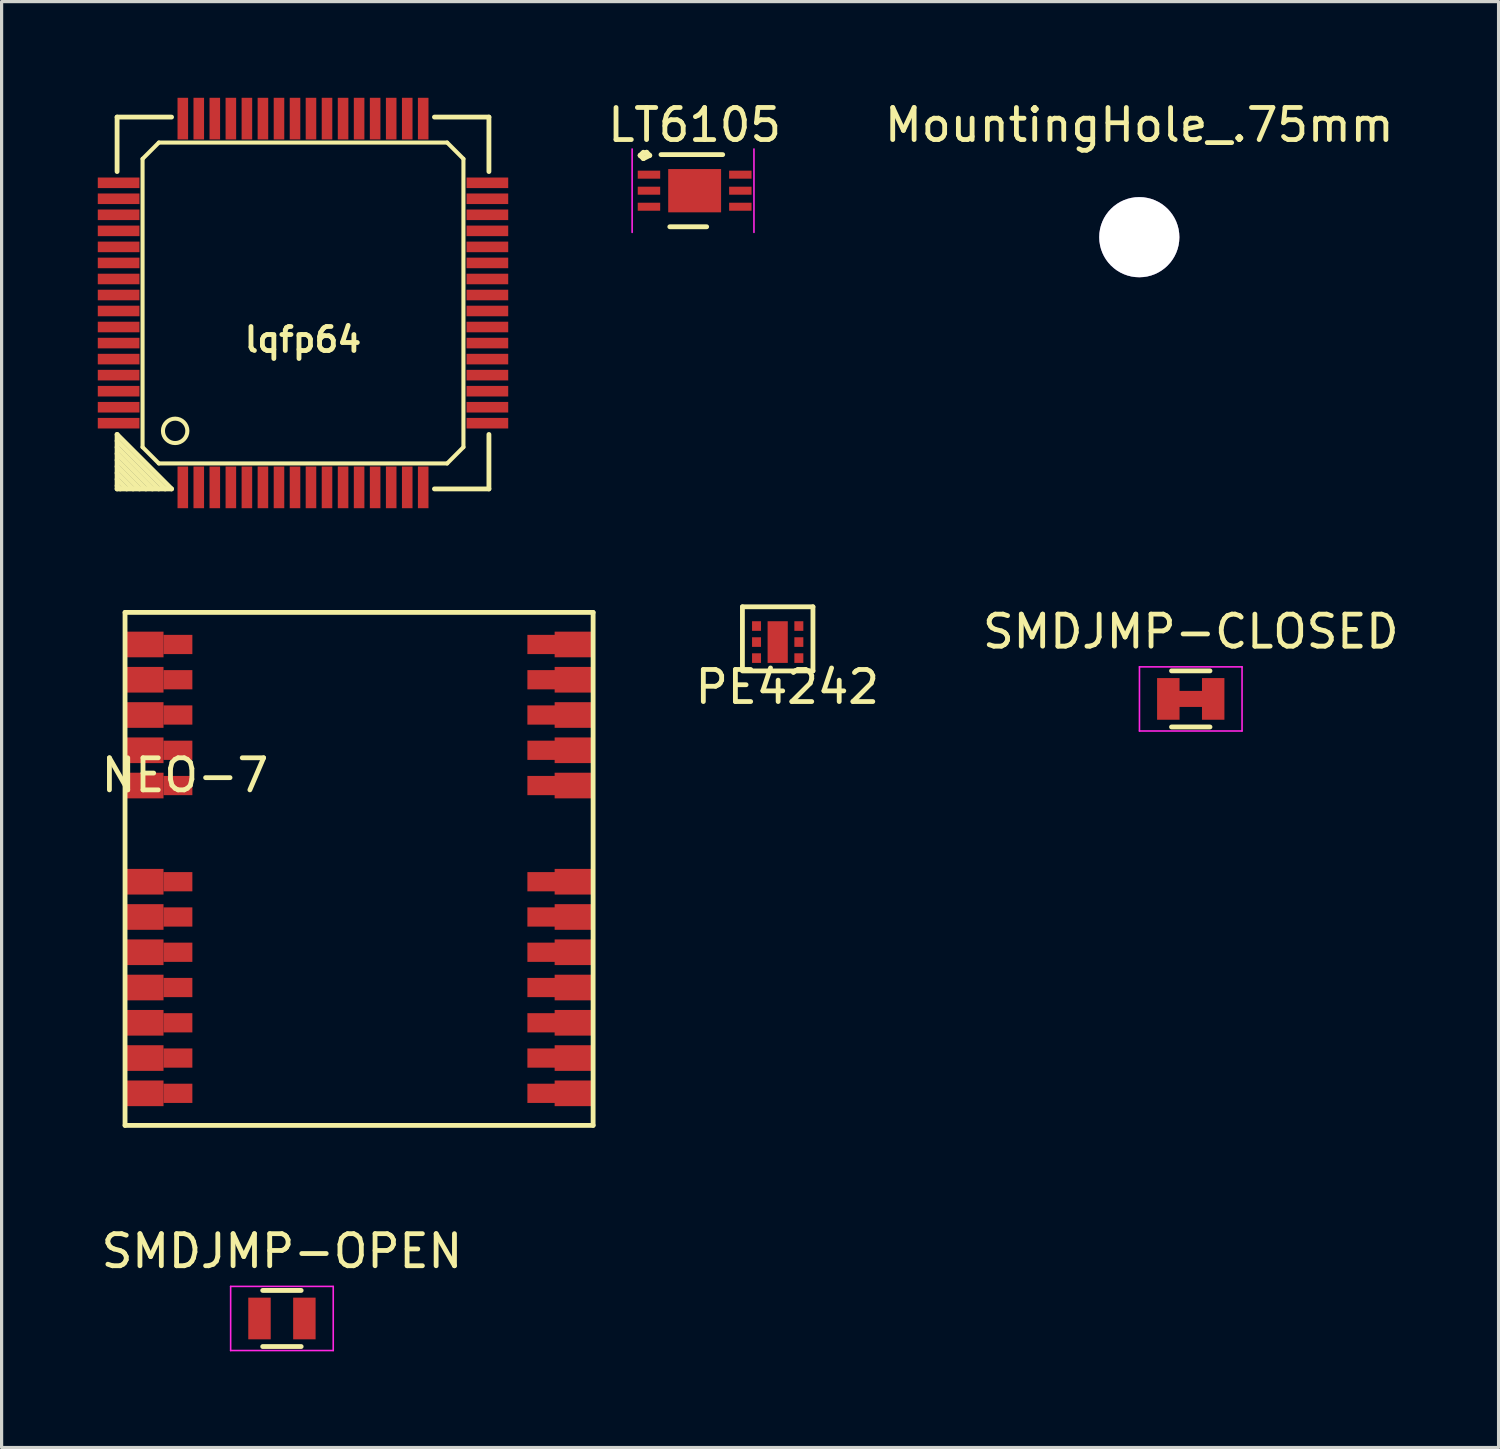
<source format=kicad_pcb>
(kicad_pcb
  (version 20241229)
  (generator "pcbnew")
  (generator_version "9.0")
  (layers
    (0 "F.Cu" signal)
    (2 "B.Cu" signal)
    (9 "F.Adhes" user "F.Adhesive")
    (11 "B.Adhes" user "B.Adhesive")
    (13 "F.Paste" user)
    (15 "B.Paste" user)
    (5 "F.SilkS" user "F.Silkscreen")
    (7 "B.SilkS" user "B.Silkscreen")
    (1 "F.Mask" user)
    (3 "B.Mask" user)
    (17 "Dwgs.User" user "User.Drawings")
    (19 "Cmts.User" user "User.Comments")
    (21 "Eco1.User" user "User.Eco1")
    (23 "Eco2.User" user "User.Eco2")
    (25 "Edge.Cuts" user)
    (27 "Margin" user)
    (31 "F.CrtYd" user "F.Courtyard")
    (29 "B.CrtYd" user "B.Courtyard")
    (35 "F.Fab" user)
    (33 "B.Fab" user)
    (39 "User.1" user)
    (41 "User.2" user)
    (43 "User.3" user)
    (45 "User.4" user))
  (footprint "PE4242"
    (layer "F.Cu")
    (at 21.207 16.977)
    (property "Reference" "PE4242" (at 0.3 1.4 0) (layer "F.SilkS") (effects (font (size 1 1) (thickness 0.15))))
    (attr through_hole)
    (fp_line (start -1.1 -1.1) (end 1.1 -1.1) (stroke (width 0.15) (type solid)) (layer "F.SilkS"))
    (fp_line (start -1.1 0.8) (end -1.1 -1.1) (stroke (width 0.15) (type solid)) (layer "F.SilkS"))
    (fp_line (start 1.1 -1.1) (end 1.1 0.9) (stroke (width 0.15) (type solid)) (layer "F.SilkS"))
    (fp_line (start 1.1 0.9) (end -1.1 0.9) (stroke (width 0.15) (type solid)) (layer "F.SilkS"))
    (pad "1" smd rect (at -0.66 -0.5) (size 0.28 0.3) (layers "F.Cu" "F.Mask" "F.Paste"))
    (pad "2" smd rect (at -0.66 0) (size 0.28 0.3) (layers "F.Cu" "F.Mask" "F.Paste"))
    (pad "3" smd rect (at -0.66 0.5) (size 0.28 0.3) (layers "F.Cu" "F.Mask" "F.Paste"))
    (pad "4" smd rect (at 0.66 0.5) (size 0.28 0.3) (layers "F.Cu" "F.Mask" "F.Paste"))
    (pad "5" smd rect (at 0.66 0) (size 0.28 0.3) (layers "F.Cu" "F.Mask" "F.Paste"))
    (pad "6" smd rect (at 0.66 -0.5) (size 0.28 0.3) (layers "F.Cu" "F.Mask" "F.Paste"))
    (pad "PAD" smd rect (at 0 0) (size 0.63 1.3) (layers "F.Cu" "F.Mask" "F.Paste")))
  (footprint "SMDJMP-OPEN"
    (layer "F.Cu")
    (at 5.744 38.075)
    (property "Reference" "SMDJMP-OPEN" (at 0 -2.1 0) (layer "F.SilkS") (effects (font (size 1 1) (thickness 0.15))))
    (attr smd)
    (fp_line (start -0.6 -0.875) (end 0.6 -0.875) (stroke (width 0.15) (type solid)) (layer "F.SilkS"))
    (fp_line (start 0.6 0.875) (end -0.6 0.875) (stroke (width 0.15) (type solid)) (layer "F.SilkS"))
    (fp_line (start -1.6 -1) (end -1.6 1) (stroke (width 0.05) (type solid)) (layer "F.CrtYd"))
    (fp_line (start -1.6 -1) (end 1.6 -1) (stroke (width 0.05) (type solid)) (layer "F.CrtYd"))
    (fp_line (start -1.6 1) (end 1.6 1) (stroke (width 0.05) (type solid)) (layer "F.CrtYd"))
    (fp_line (start 1.6 -1) (end 1.6 1) (stroke (width 0.05) (type solid)) (layer "F.CrtYd"))
    (pad "1" smd rect (at -0.7 0) (size 0.7 1.3) (layers "F.Cu" "F.Mask" "F.Paste"))
    (pad "2" smd rect (at 0.7 0) (size 0.7 1.3) (layers "F.Cu" "F.Mask" "F.Paste")))
  (footprint "SMDJMP-CLOSED"
    (layer "F.Cu")
    (at 34.091 18.75)
    (property "Reference" "SMDJMP-CLOSED" (at 0 -2.1 0) (layer "F.SilkS") (effects (font (size 1 1) (thickness 0.15))))
    (attr smd)
    (fp_line (start -0.6 -0.875) (end 0.6 -0.875) (stroke (width 0.15) (type solid)) (layer "F.SilkS"))
    (fp_line (start 0.6 0.875) (end -0.6 0.875) (stroke (width 0.15) (type solid)) (layer "F.SilkS"))
    (fp_line (start -1.6 -1) (end -1.6 1) (stroke (width 0.05) (type solid)) (layer "F.CrtYd"))
    (fp_line (start -1.6 -1) (end 1.6 -1) (stroke (width 0.05) (type solid)) (layer "F.CrtYd"))
    (fp_line (start -1.6 1) (end 1.6 1) (stroke (width 0.05) (type solid)) (layer "F.CrtYd"))
    (fp_line (start 1.6 -1) (end 1.6 1) (stroke (width 0.05) (type solid)) (layer "F.CrtYd"))
    (pad "1" smd rect (at -0.7 0) (size 0.7 1.3) (layers "F.Cu" "F.Mask" "F.Paste"))
    (pad "1" smd rect (at 0 0) (size 2 0.5) (layers "F.Cu" "F.Mask" "F.Paste"))
    (pad "2" smd rect (at 0.7 0) (size 0.7 1.3) (layers "F.Cu" "F.Mask" "F.Paste")))
  (footprint "lqfp64"
    (layer "F.Cu")
    (at 6.401 6.401)
    (property "Reference" "lqfp64" (at 0 1.143 0) (layer "F.SilkS") (effects (font (size 0.749 0.749) (thickness 0.15))))
    (attr through_hole)
    (fp_line (start -5.799 -5.799) (end -4.1 -5.799) (stroke (width 0.15) (type solid)) (layer "F.SilkS"))
    (fp_line (start -5.799 -4.1) (end -5.799 -5.799) (stroke (width 0.15) (type solid)) (layer "F.SilkS"))
    (fp_line (start -5.799 4.1) (end -4.1 5.799) (stroke (width 0.15) (type solid)) (layer "F.SilkS"))
    (fp_line (start -5.799 4.501) (end -4.501 5.799) (stroke (width 0.15) (type solid)) (layer "F.SilkS"))
    (fp_line (start -5.799 4.9) (end -4.9 5.799) (stroke (width 0.15) (type solid)) (layer "F.SilkS"))
    (fp_line (start -5.799 5.301) (end -5.301 5.799) (stroke (width 0.15) (type solid)) (layer "F.SilkS"))
    (fp_line (start -5.799 5.7) (end -5.7 5.799) (stroke (width 0.15) (type solid)) (layer "F.SilkS"))
    (fp_line (start -5.799 5.799) (end -5.799 4.1) (stroke (width 0.15) (type solid)) (layer "F.SilkS"))
    (fp_line (start -5.499 5.799) (end -5.799 5.499) (stroke (width 0.15) (type solid)) (layer "F.SilkS"))
    (fp_line (start -5.1 5.799) (end -5.799 5.1) (stroke (width 0.15) (type solid)) (layer "F.SilkS"))
    (fp_line (start -5.004 -4.496) (end -4.496 -5.004) (stroke (width 0.127) (type solid)) (layer "F.SilkS"))
    (fp_line (start -5.004 4.496) (end -5.004 -4.496) (stroke (width 0.127) (type solid)) (layer "F.SilkS"))
    (fp_line (start -4.699 5.799) (end -5.799 4.699) (stroke (width 0.15) (type solid)) (layer "F.SilkS"))
    (fp_line (start -4.496 -5.004) (end 4.496 -5.004) (stroke (width 0.127) (type solid)) (layer "F.SilkS"))
    (fp_line (start -4.496 5.004) (end -5.004 4.496) (stroke (width 0.127) (type solid)) (layer "F.SilkS"))
    (fp_line (start -4.3 5.799) (end -5.799 4.3) (stroke (width 0.15) (type solid)) (layer "F.SilkS"))
    (fp_line (start -4.1 5.799) (end -5.799 5.799) (stroke (width 0.15) (type solid)) (layer "F.SilkS"))
    (fp_line (start 4.1 -5.799) (end 5.799 -5.799) (stroke (width 0.15) (type solid)) (layer "F.SilkS"))
    (fp_line (start 4.496 -5.004) (end 5.004 -4.496) (stroke (width 0.127) (type solid)) (layer "F.SilkS"))
    (fp_line (start 4.496 5.004) (end -4.496 5.004) (stroke (width 0.127) (type solid)) (layer "F.SilkS"))
    (fp_line (start 5.004 4.496) (end 4.496 5.004) (stroke (width 0.127) (type solid)) (layer "F.SilkS"))
    (fp_line (start 5.004 4.496) (end 5.004 -4.496) (stroke (width 0.127) (type solid)) (layer "F.SilkS"))
    (fp_line (start 5.799 -5.799) (end 5.799 -4.1) (stroke (width 0.15) (type solid)) (layer "F.SilkS"))
    (fp_line (start 5.799 4.1) (end 5.799 5.799) (stroke (width 0.15) (type solid)) (layer "F.SilkS"))
    (fp_line (start 5.799 5.799) (end 4.1 5.799) (stroke (width 0.15) (type solid)) (layer "F.SilkS"))
    (fp_circle (center -3.988 3.988) (end -4.216 4.293) (stroke (width 0.127) (type solid)) (fill no) (layer "F.SilkS"))
    (pad "1" smd rect (at -3.749 5.751) (size 0.33 1.3) (layers "F.Cu" "F.Mask" "F.Paste"))
    (pad "2" smd rect (at -3.251 5.751) (size 0.33 1.3) (layers "F.Cu" "F.Mask" "F.Paste"))
    (pad "3" smd rect (at -2.751 5.751) (size 0.33 1.3) (layers "F.Cu" "F.Mask" "F.Paste"))
    (pad "4" smd rect (at -2.25 5.751) (size 0.33 1.3) (layers "F.Cu" "F.Mask" "F.Paste"))
    (pad "5" smd rect (at -1.75 5.751) (size 0.33 1.3) (layers "F.Cu" "F.Mask" "F.Paste"))
    (pad "6" smd rect (at -1.25 5.751) (size 0.33 1.3) (layers "F.Cu" "F.Mask" "F.Paste"))
    (pad "7" smd rect (at -0.749 5.751) (size 0.33 1.3) (layers "F.Cu" "F.Mask" "F.Paste"))
    (pad "8" smd rect (at -0.249 5.751) (size 0.33 1.3) (layers "F.Cu" "F.Mask" "F.Paste"))
    (pad "9" smd rect (at 0.249 5.751) (size 0.33 1.3) (layers "F.Cu" "F.Mask" "F.Paste"))
    (pad "10" smd rect (at 0.749 5.751) (size 0.33 1.3) (layers "F.Cu" "F.Mask" "F.Paste"))
    (pad "11" smd rect (at 1.25 5.751) (size 0.33 1.3) (layers "F.Cu" "F.Mask" "F.Paste"))
    (pad "12" smd rect (at 1.75 5.751) (size 0.33 1.3) (layers "F.Cu" "F.Mask" "F.Paste"))
    (pad "13" smd rect (at 2.25 5.751) (size 0.33 1.3) (layers "F.Cu" "F.Mask" "F.Paste"))
    (pad "14" smd rect (at 2.751 5.751) (size 0.33 1.3) (layers "F.Cu" "F.Mask" "F.Paste"))
    (pad "15" smd rect (at 3.251 5.751) (size 0.33 1.3) (layers "F.Cu" "F.Mask" "F.Paste"))
    (pad "16" smd rect (at 3.749 5.751) (size 0.33 1.3) (layers "F.Cu" "F.Mask" "F.Paste"))
    (pad "17" smd rect (at 5.751 3.749) (size 1.3 0.33) (layers "F.Cu" "F.Mask" "F.Paste"))
    (pad "18" smd rect (at 5.751 3.251) (size 1.3 0.33) (layers "F.Cu" "F.Mask" "F.Paste"))
    (pad "19" smd rect (at 5.751 2.751) (size 1.3 0.33) (layers "F.Cu" "F.Mask" "F.Paste"))
    (pad "20" smd rect (at 5.751 2.25) (size 1.3 0.33) (layers "F.Cu" "F.Mask" "F.Paste"))
    (pad "21" smd rect (at 5.751 1.75) (size 1.3 0.33) (layers "F.Cu" "F.Mask" "F.Paste"))
    (pad "22" smd rect (at 5.751 1.25) (size 1.3 0.33) (layers "F.Cu" "F.Mask" "F.Paste"))
    (pad "23" smd rect (at 5.751 0.749) (size 1.3 0.33) (layers "F.Cu" "F.Mask" "F.Paste"))
    (pad "24" smd rect (at 5.751 0.249) (size 1.3 0.33) (layers "F.Cu" "F.Mask" "F.Paste"))
    (pad "25" smd rect (at 5.751 -0.249) (size 1.3 0.33) (layers "F.Cu" "F.Mask" "F.Paste"))
    (pad "26" smd rect (at 5.751 -0.749) (size 1.3 0.33) (layers "F.Cu" "F.Mask" "F.Paste"))
    (pad "27" smd rect (at 5.751 -1.25) (size 1.3 0.33) (layers "F.Cu" "F.Mask" "F.Paste"))
    (pad "28" smd rect (at 5.751 -1.75) (size 1.3 0.33) (layers "F.Cu" "F.Mask" "F.Paste"))
    (pad "29" smd rect (at 5.751 -2.25) (size 1.3 0.33) (layers "F.Cu" "F.Mask" "F.Paste"))
    (pad "30" smd rect (at 5.751 -2.751) (size 1.3 0.33) (layers "F.Cu" "F.Mask" "F.Paste"))
    (pad "31" smd rect (at 5.751 -3.251) (size 1.3 0.33) (layers "F.Cu" "F.Mask" "F.Paste"))
    (pad "32" smd rect (at 5.751 -3.749) (size 1.3 0.33) (layers "F.Cu" "F.Mask" "F.Paste"))
    (pad "33" smd rect (at 3.749 -5.751) (size 0.33 1.3) (layers "F.Cu" "F.Mask" "F.Paste"))
    (pad "34" smd rect (at 3.251 -5.751) (size 0.33 1.3) (layers "F.Cu" "F.Mask" "F.Paste"))
    (pad "35" smd rect (at 2.751 -5.751) (size 0.33 1.3) (layers "F.Cu" "F.Mask" "F.Paste"))
    (pad "36" smd rect (at 2.25 -5.751) (size 0.33 1.3) (layers "F.Cu" "F.Mask" "F.Paste"))
    (pad "37" smd rect (at 1.75 -5.751) (size 0.33 1.3) (layers "F.Cu" "F.Mask" "F.Paste"))
    (pad "38" smd rect (at 1.25 -5.751) (size 0.33 1.3) (layers "F.Cu" "F.Mask" "F.Paste"))
    (pad "39" smd rect (at 0.749 -5.751) (size 0.33 1.3) (layers "F.Cu" "F.Mask" "F.Paste"))
    (pad "40" smd rect (at 0.249 -5.751) (size 0.33 1.3) (layers "F.Cu" "F.Mask" "F.Paste"))
    (pad "41" smd rect (at -0.249 -5.751) (size 0.33 1.3) (layers "F.Cu" "F.Mask" "F.Paste"))
    (pad "42" smd rect (at -0.749 -5.751) (size 0.33 1.3) (layers "F.Cu" "F.Mask" "F.Paste"))
    (pad "43" smd rect (at -1.25 -5.751) (size 0.33 1.3) (layers "F.Cu" "F.Mask" "F.Paste"))
    (pad "44" smd rect (at -1.75 -5.751) (size 0.33 1.3) (layers "F.Cu" "F.Mask" "F.Paste"))
    (pad "45" smd rect (at -2.25 -5.751) (size 0.33 1.3) (layers "F.Cu" "F.Mask" "F.Paste"))
    (pad "46" smd rect (at -2.751 -5.751) (size 0.33 1.3) (layers "F.Cu" "F.Mask" "F.Paste"))
    (pad "47" smd rect (at -3.251 -5.751) (size 0.33 1.3) (layers "F.Cu" "F.Mask" "F.Paste"))
    (pad "48" smd rect (at -3.749 -5.751) (size 0.33 1.3) (layers "F.Cu" "F.Mask" "F.Paste"))
    (pad "49" smd rect (at -5.751 -3.749) (size 1.3 0.33) (layers "F.Cu" "F.Mask" "F.Paste"))
    (pad "50" smd rect (at -5.751 -3.251) (size 1.3 0.33) (layers "F.Cu" "F.Mask" "F.Paste"))
    (pad "51" smd rect (at -5.751 -2.751) (size 1.3 0.33) (layers "F.Cu" "F.Mask" "F.Paste"))
    (pad "52" smd rect (at -5.751 -2.25) (size 1.3 0.33) (layers "F.Cu" "F.Mask" "F.Paste"))
    (pad "53" smd rect (at -5.751 -1.75) (size 1.3 0.33) (layers "F.Cu" "F.Mask" "F.Paste"))
    (pad "54" smd rect (at -5.751 -1.25) (size 1.3 0.33) (layers "F.Cu" "F.Mask" "F.Paste"))
    (pad "55" smd rect (at -5.751 -0.749) (size 1.3 0.33) (layers "F.Cu" "F.Mask" "F.Paste"))
    (pad "56" smd rect (at -5.751 -0.249) (size 1.3 0.33) (layers "F.Cu" "F.Mask" "F.Paste"))
    (pad "57" smd rect (at -5.751 0.249) (size 1.3 0.33) (layers "F.Cu" "F.Mask" "F.Paste"))
    (pad "58" smd rect (at -5.751 0.749) (size 1.3 0.33) (layers "F.Cu" "F.Mask" "F.Paste"))
    (pad "59" smd rect (at -5.751 1.25) (size 1.3 0.33) (layers "F.Cu" "F.Mask" "F.Paste"))
    (pad "60" smd rect (at -5.751 1.75) (size 1.3 0.33) (layers "F.Cu" "F.Mask" "F.Paste"))
    (pad "61" smd rect (at -5.751 2.25) (size 1.3 0.33) (layers "F.Cu" "F.Mask" "F.Paste"))
    (pad "62" smd rect (at -5.751 2.751) (size 1.3 0.33) (layers "F.Cu" "F.Mask" "F.Paste"))
    (pad "63" smd rect (at -5.751 3.251) (size 1.3 0.33) (layers "F.Cu" "F.Mask" "F.Paste"))
    (pad "64" smd rect (at -5.751 3.749) (size 1.3 0.33) (layers "F.Cu" "F.Mask" "F.Paste")))
  (footprint "MountingHole_.75mm"
    (layer "F.Cu")
    (at 32.486 4.348)
    (property "Reference" "MountingHole_.75mm" (at 0 -3.5 0) (layer "F.SilkS") (effects (font (size 1 1) (thickness 0.15))))
    (attr through_hole)
    (fp_circle (center 0 0) (end 0.75 0) (stroke (width 0.381) (type solid)) (fill no) (layer "Cmts.User"))
    (pad "" thru_hole circle (at 0 0) (size 2.5 2.5) (drill 2.5) (layers)))
  (footprint "NEO-7"
    (layer "F.Cu")
    (at 1.45 16.052)
    (property "Reference" "NEO-7" (at 1.27 5.08 0) (layer "F.SilkS") (effects (font (size 1 1) (thickness 0.15))))
    (attr through_hole)
    (fp_line (start -0.6 0) (end -0.6 16) (stroke (width 0.15) (type solid)) (layer "F.SilkS"))
    (fp_line (start -0.6 16) (end 14 16) (stroke (width 0.15) (type solid)) (layer "F.SilkS"))
    (fp_line (start 14 0) (end -0.6 0) (stroke (width 0.15) (type solid)) (layer "F.SilkS"))
    (fp_line (start 14 16) (end 14 0) (stroke (width 0.15) (type solid)) (layer "F.SilkS"))
    (pad "1" smd rect (at 12.4 15) (size 0.9 0.6) (layers "F.Cu" "F.Mask" "F.Paste"))
    (pad "1" smd rect (at 13.4 15) (size 1.2 0.8) (layers "F.Cu" "F.Mask" "F.Paste"))
    (pad "2" smd rect (at 12.4 13.9) (size 0.9 0.6) (layers "F.Cu" "F.Mask" "F.Paste"))
    (pad "2" smd rect (at 13.4 13.9) (size 1.2 0.8) (layers "F.Cu" "F.Mask" "F.Paste"))
    (pad "3" smd rect (at 12.4 12.8) (size 0.9 0.6) (layers "F.Cu" "F.Mask" "F.Paste"))
    (pad "3" smd rect (at 13.4 12.8) (size 1.2 0.8) (layers "F.Cu" "F.Mask" "F.Paste"))
    (pad "4" smd rect (at 12.4 11.7) (size 0.9 0.6) (layers "F.Cu" "F.Mask" "F.Paste"))
    (pad "4" smd rect (at 13.4 11.7) (size 1.2 0.8) (layers "F.Cu" "F.Mask" "F.Paste"))
    (pad "5" smd rect (at 12.4 10.6) (size 0.9 0.6) (layers "F.Cu" "F.Mask" "F.Paste"))
    (pad "5" smd rect (at 13.4 10.6) (size 1.2 0.8) (layers "F.Cu" "F.Mask" "F.Paste"))
    (pad "6" smd rect (at 12.4 9.5) (size 0.9 0.6) (layers "F.Cu" "F.Mask" "F.Paste"))
    (pad "6" smd rect (at 13.4 9.5) (size 1.2 0.8) (layers "F.Cu" "F.Mask" "F.Paste"))
    (pad "7" smd rect (at 12.4 8.4) (size 0.9 0.6) (layers "F.Cu" "F.Mask" "F.Paste"))
    (pad "7" smd rect (at 13.4 8.4) (size 1.2 0.8) (layers "F.Cu" "F.Mask" "F.Paste"))
    (pad "8" smd rect (at 12.4 5.4) (size 0.9 0.6) (layers "F.Cu" "F.Mask" "F.Paste"))
    (pad "8" smd rect (at 13.4 5.4) (size 1.2 0.8) (layers "F.Cu" "F.Mask" "F.Paste"))
    (pad "9" smd rect (at 12.4 4.3) (size 0.9 0.6) (layers "F.Cu" "F.Mask" "F.Paste"))
    (pad "9" smd rect (at 13.4 4.3) (size 1.2 0.8) (layers "F.Cu" "F.Mask" "F.Paste"))
    (pad "10" smd rect (at 12.4 3.2) (size 0.9 0.6) (layers "F.Cu" "F.Mask" "F.Paste"))
    (pad "10" smd rect (at 13.4 3.2) (size 1.2 0.8) (layers "F.Cu" "F.Mask" "F.Paste"))
    (pad "11" smd rect (at 12.4 2.1) (size 0.9 0.6) (layers "F.Cu" "F.Mask" "F.Paste"))
    (pad "11" smd rect (at 13.4 2.1) (size 1.2 0.8) (layers "F.Cu" "F.Mask" "F.Paste"))
    (pad "12" smd rect (at 12.4 1) (size 0.9 0.6) (layers "F.Cu" "F.Mask" "F.Paste"))
    (pad "12" smd rect (at 13.4 1) (size 1.2 0.8) (layers "F.Cu" "F.Mask" "F.Paste"))
    (pad "13" smd rect (at 0 1) (size 1.2 0.8) (layers "F.Cu" "F.Mask" "F.Paste"))
    (pad "13" smd rect (at 1.05 1) (size 0.9 0.6) (layers "F.Cu" "F.Mask" "F.Paste"))
    (pad "14" smd rect (at 0 2.1) (size 1.2 0.8) (layers "F.Cu" "F.Mask" "F.Paste"))
    (pad "14" smd rect (at 1.05 2.1) (size 0.9 0.6) (layers "F.Cu" "F.Mask" "F.Paste"))
    (pad "15" smd rect (at 0 3.2) (size 1.2 0.8) (layers "F.Cu" "F.Mask" "F.Paste"))
    (pad "15" smd rect (at 1.05 3.2) (size 0.9 0.6) (layers "F.Cu" "F.Mask" "F.Paste"))
    (pad "16" smd rect (at 0 4.3) (size 1.2 0.8) (layers "F.Cu" "F.Mask" "F.Paste"))
    (pad "16" smd rect (at 1.05 4.3) (size 0.9 0.6) (layers "F.Cu" "F.Mask" "F.Paste"))
    (pad "17" smd rect (at 0 5.4) (size 1.2 0.8) (layers "F.Cu" "F.Mask" "F.Paste"))
    (pad "17" smd rect (at 1.05 5.4) (size 0.9 0.6) (layers "F.Cu" "F.Mask" "F.Paste"))
    (pad "18" smd rect (at 0 8.4) (size 1.2 0.8) (layers "F.Cu" "F.Mask" "F.Paste"))
    (pad "18" smd rect (at 1.05 8.4) (size 0.9 0.6) (layers "F.Cu" "F.Mask" "F.Paste"))
    (pad "19" smd rect (at 0 9.5) (size 1.2 0.8) (layers "F.Cu" "F.Mask" "F.Paste"))
    (pad "19" smd rect (at 1.05 9.5) (size 0.9 0.6) (layers "F.Cu" "F.Mask" "F.Paste"))
    (pad "20" smd rect (at 0 10.6) (size 1.2 0.8) (layers "F.Cu" "F.Mask" "F.Paste"))
    (pad "20" smd rect (at 1.05 10.6) (size 0.9 0.6) (layers "F.Cu" "F.Mask" "F.Paste"))
    (pad "21" smd rect (at 0 11.7) (size 1.2 0.8) (layers "F.Cu" "F.Mask" "F.Paste"))
    (pad "21" smd rect (at 1.05 11.7) (size 0.9 0.6) (layers "F.Cu" "F.Mask" "F.Paste"))
    (pad "22" smd rect (at 0 12.8) (size 1.2 0.8) (layers "F.Cu" "F.Mask" "F.Paste"))
    (pad "22" smd rect (at 1.05 12.8) (size 0.9 0.6) (layers "F.Cu" "F.Mask" "F.Paste"))
    (pad "23" smd rect (at 0 13.9) (size 1.2 0.8) (layers "F.Cu" "F.Mask" "F.Paste"))
    (pad "23" smd rect (at 1.05 13.9) (size 0.9 0.6) (layers "F.Cu" "F.Mask" "F.Paste"))
    (pad "24" smd rect (at 0 15) (size 1.2 0.8) (layers "F.Cu" "F.Mask" "F.Paste"))
    (pad "24" smd rect (at 1.05 15) (size 0.9 0.6) (layers "F.Cu" "F.Mask" "F.Paste")))
  (footprint "LT6105"
    (layer "F.Cu")
    (at 18.617 2.898)
    (property "Reference" "LT6105" (at 0 -2.05 0) (layer "F.SilkS") (effects (font (size 1 1) (thickness 0.15))))
    (attr smd)
    (fp_line (start -1.7 -1.1) (end -1.6 -1.2) (stroke (width 0.15) (type solid)) (layer "F.SilkS"))
    (fp_line (start -1.7 -1.1) (end -1.6 -1) (stroke (width 0.15) (type solid)) (layer "F.SilkS"))
    (fp_line (start -1.6 -1) (end -1.4 -1.1) (stroke (width 0.15) (type solid)) (layer "F.SilkS"))
    (fp_line (start -1.5 -1.2) (end -1.7 -1.1) (stroke (width 0.15) (type solid)) (layer "F.SilkS"))
    (fp_line (start -1.4 -1.1) (end -1.5 -1.2) (stroke (width 0.15) (type solid)) (layer "F.SilkS"))
    (fp_line (start -1.05 -1.125) (end 0.875 -1.125) (stroke (width 0.15) (type solid)) (layer "F.SilkS"))
    (fp_line (start -0.775 1.125) (end 0.375 1.125) (stroke (width 0.15) (type solid)) (layer "F.SilkS"))
    (fp_line (start -1.95 -1.3) (end -1.95 1.3) (stroke (width 0.05) (type solid)) (layer "F.CrtYd"))
    (fp_line (start 1.85 -1.3) (end 1.85 1.3) (stroke (width 0.05) (type solid)) (layer "F.CrtYd"))
    (pad "1" smd rect (at -1.425 -0.5) (size 0.7 0.25) (layers "F.Cu" "F.Mask" "F.Paste"))
    (pad "2" smd rect (at -1.425 0) (size 0.7 0.25) (layers "F.Cu" "F.Mask" "F.Paste"))
    (pad "3" smd rect (at -1.425 0.5) (size 0.7 0.25) (layers "F.Cu" "F.Mask" "F.Paste"))
    (pad "4" smd rect (at 1.425 0.5) (size 0.7 0.25) (layers "F.Cu" "F.Mask" "F.Paste"))
    (pad "5" smd rect (at 1.425 0) (size 0.7 0.25) (layers "F.Cu" "F.Mask" "F.Paste"))
    (pad "6" smd rect (at 1.425 -0.5) (size 0.7 0.25) (layers "F.Cu" "F.Mask" "F.Paste"))
    (pad "7" smd rect (at 0 0) (size 1.65 1.35) (layers "F.Cu" "F.Mask" "F.Paste")))
  (gr_rect
    (start -3 -3)
    (end 43.692 42.1)
    (stroke (width 0.1) (type default))
    (fill no)
    (layer "Edge.Cuts")))
</source>
